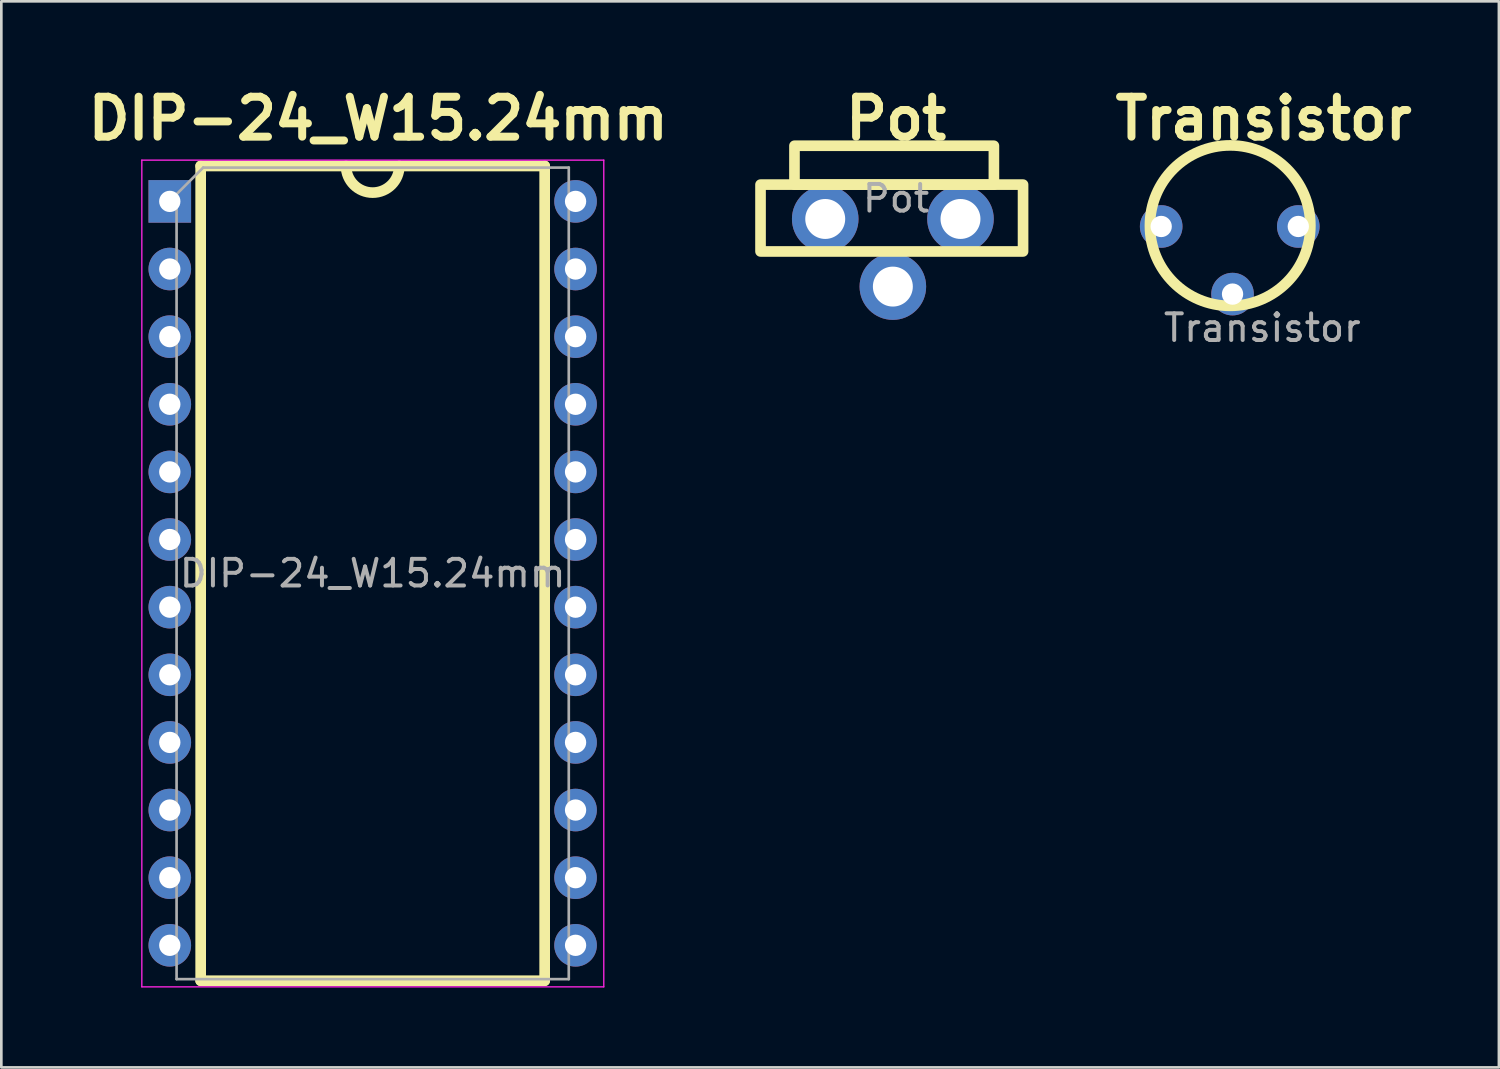
<source format=kicad_pcb>
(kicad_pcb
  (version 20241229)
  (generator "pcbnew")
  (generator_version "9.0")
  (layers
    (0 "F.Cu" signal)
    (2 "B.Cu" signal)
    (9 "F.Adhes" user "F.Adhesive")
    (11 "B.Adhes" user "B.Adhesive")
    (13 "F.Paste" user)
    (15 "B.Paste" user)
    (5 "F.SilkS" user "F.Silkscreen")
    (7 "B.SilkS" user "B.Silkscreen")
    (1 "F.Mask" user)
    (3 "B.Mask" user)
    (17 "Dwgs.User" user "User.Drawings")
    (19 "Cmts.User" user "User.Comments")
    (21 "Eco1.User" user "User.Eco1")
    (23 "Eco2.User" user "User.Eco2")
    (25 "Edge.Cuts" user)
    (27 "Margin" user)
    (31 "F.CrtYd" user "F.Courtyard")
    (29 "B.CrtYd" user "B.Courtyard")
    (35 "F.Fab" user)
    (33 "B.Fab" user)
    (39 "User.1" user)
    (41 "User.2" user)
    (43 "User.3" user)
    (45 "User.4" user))
  (footprint "Transistor"
    (layer "F.Cu")
    (at 43.14 4.964)
    (property "Reference" "Transistor" (at 1.27 -3.56 180) (layer "F.SilkS") (effects (font (size 1.5 1.5) (thickness 0.3) (bold yes))))
    (attr through_hole)
    (fp_circle (center 0.012 0.46) (end 3.025 0.46) (stroke (width 0.4) (type default)) (fill no) (layer "F.SilkS"))
    (fp_text user "${REFERENCE}" (at 1.22 4.3 180) (layer "F.Fab") (effects (font (size 1 1) (thickness 0.15))))
    (pad "1" thru_hole circle (at -2.578 0.492 180) (size 1.6 1.6) (drill 0.8) (layers "*.Cu" "*.Mask"))
    (pad "2" thru_hole circle (at 2.572 0.492 180) (size 1.6 1.6) (drill 0.8) (layers "*.Cu" "*.Mask"))
    (pad "3" thru_hole circle (at 0.102 3.032 180) (size 1.6 1.6) (drill 0.8) (layers "*.Cu" "*.Mask")))
  (footprint "Pot"
    (layer "F.Cu")
    (at 30.604 1.904)
    (property "Reference" "Pot" (at 0 -0.5 0) (unlocked yes) (layer "F.SilkS") (effects (font (size 1.5 1.5) (thickness 0.3) (bold yes))))
    (attr through_hole)
    (fp_rect (start -5.09 1.98) (end 4.77 4.49) (stroke (width 0.4) (type default)) (fill no) (layer "F.SilkS"))
    (fp_rect (start -3.815 0.52) (end 3.675 1.98) (stroke (width 0.4) (type default)) (fill no) (layer "F.SilkS"))
    (fp_text user "${REFERENCE}" (at 0 2.5 0) (unlocked yes) (layer "F.Fab") (effects (font (size 1 1) (thickness 0.15))))
    (pad "1" thru_hole circle (at -2.66 3.27) (size 2.5 2.5) (drill 1.5) (layers "*.Cu" "*.Mask"))
    (pad "2" thru_hole circle (at -0.12 5.81) (size 2.5 2.5) (drill 1.5) (layers "*.Cu" "*.Mask"))
    (pad "3" thru_hole circle (at 2.42 3.27) (size 2.5 2.5) (drill 1.5) (layers "*.Cu" "*.Mask")))
  (footprint "DIP-24_W15.24mm"
    (layer "F.Cu")
    (at 3.327 4.514)
    (property "Reference" "DIP-24_W15.24mm" (at 7.83 -3.11 0) (layer "F.SilkS") (effects (font (size 1.5 1.5) (thickness 0.3) (bold yes))))
    (attr through_hole)
    (fp_line (start 1.16 -1.33) (end 1.16 29.27) (stroke (width 0.4) (type solid)) (layer "F.SilkS"))
    (fp_line (start 1.16 29.27) (end 14.08 29.27) (stroke (width 0.4) (type solid)) (layer "F.SilkS"))
    (fp_line (start 6.62 -1.33) (end 1.16 -1.33) (stroke (width 0.4) (type solid)) (layer "F.SilkS"))
    (fp_line (start 6.62 -1.33) (end 8.62 -1.33) (stroke (width 0.4) (type default)) (layer "F.SilkS"))
    (fp_line (start 14.08 -1.33) (end 8.62 -1.33) (stroke (width 0.4) (type solid)) (layer "F.SilkS"))
    (fp_line (start 14.08 29.27) (end 14.08 -1.33) (stroke (width 0.4) (type solid)) (layer "F.SilkS"))
    (fp_arc (start 8.62 -1.33) (mid 7.62 -0.33) (end 6.62 -1.33) (stroke (width 0.4) (type solid)) (layer "F.SilkS"))
    (fp_line (start -1.05 -1.55) (end -1.05 29.5) (stroke (width 0.05) (type solid)) (layer "F.CrtYd"))
    (fp_line (start -1.05 29.5) (end 16.3 29.5) (stroke (width 0.05) (type solid)) (layer "F.CrtYd"))
    (fp_line (start 16.3 -1.55) (end -1.05 -1.55) (stroke (width 0.05) (type solid)) (layer "F.CrtYd"))
    (fp_line (start 16.3 29.5) (end 16.3 -1.55) (stroke (width 0.05) (type solid)) (layer "F.CrtYd"))
    (fp_line (start 0.255 -0.27) (end 1.255 -1.27) (stroke (width 0.1) (type solid)) (layer "F.Fab"))
    (fp_line (start 0.255 29.21) (end 0.255 -0.27) (stroke (width 0.1) (type solid)) (layer "F.Fab"))
    (fp_line (start 1.255 -1.27) (end 14.985 -1.27) (stroke (width 0.1) (type solid)) (layer "F.Fab"))
    (fp_line (start 14.985 -1.27) (end 14.985 29.21) (stroke (width 0.1) (type solid)) (layer "F.Fab"))
    (fp_line (start 14.985 29.21) (end 0.255 29.21) (stroke (width 0.1) (type solid)) (layer "F.Fab"))
    (fp_text user "${REFERENCE}" (at 7.62 13.97 0) (layer "F.Fab") (effects (font (size 1 1) (thickness 0.15))))
    (pad "1" thru_hole rect (at 0 0) (size 1.6 1.6) (drill 0.8) (layers "*.Cu" "*.Mask"))
    (pad "2" thru_hole oval (at 0 2.54) (size 1.6 1.6) (drill 0.8) (layers "*.Cu" "*.Mask"))
    (pad "3" thru_hole oval (at 0 5.08) (size 1.6 1.6) (drill 0.8) (layers "*.Cu" "*.Mask"))
    (pad "4" thru_hole oval (at 0 7.62) (size 1.6 1.6) (drill 0.8) (layers "*.Cu" "*.Mask"))
    (pad "5" thru_hole oval (at 0 10.16) (size 1.6 1.6) (drill 0.8) (layers "*.Cu" "*.Mask"))
    (pad "6" thru_hole oval (at 0 12.7) (size 1.6 1.6) (drill 0.8) (layers "*.Cu" "*.Mask"))
    (pad "7" thru_hole oval (at 0 15.24) (size 1.6 1.6) (drill 0.8) (layers "*.Cu" "*.Mask"))
    (pad "8" thru_hole oval (at 0 17.78) (size 1.6 1.6) (drill 0.8) (layers "*.Cu" "*.Mask"))
    (pad "9" thru_hole oval (at 0 20.32) (size 1.6 1.6) (drill 0.8) (layers "*.Cu" "*.Mask"))
    (pad "10" thru_hole oval (at 0 22.86) (size 1.6 1.6) (drill 0.8) (layers "*.Cu" "*.Mask"))
    (pad "11" thru_hole oval (at 0 25.4) (size 1.6 1.6) (drill 0.8) (layers "*.Cu" "*.Mask"))
    (pad "12" thru_hole oval (at 0 27.94) (size 1.6 1.6) (drill 0.8) (layers "*.Cu" "*.Mask"))
    (pad "13" thru_hole oval (at 15.24 27.94) (size 1.6 1.6) (drill 0.8) (layers "*.Cu" "*.Mask"))
    (pad "14" thru_hole oval (at 15.24 25.4) (size 1.6 1.6) (drill 0.8) (layers "*.Cu" "*.Mask"))
    (pad "15" thru_hole oval (at 15.24 22.86) (size 1.6 1.6) (drill 0.8) (layers "*.Cu" "*.Mask"))
    (pad "16" thru_hole oval (at 15.24 20.32) (size 1.6 1.6) (drill 0.8) (layers "*.Cu" "*.Mask"))
    (pad "17" thru_hole oval (at 15.24 17.78) (size 1.6 1.6) (drill 0.8) (layers "*.Cu" "*.Mask"))
    (pad "18" thru_hole oval (at 15.24 15.24) (size 1.6 1.6) (drill 0.8) (layers "*.Cu" "*.Mask"))
    (pad "19" thru_hole oval (at 15.24 12.7) (size 1.6 1.6) (drill 0.8) (layers "*.Cu" "*.Mask"))
    (pad "20" thru_hole oval (at 15.24 10.16) (size 1.6 1.6) (drill 0.8) (layers "*.Cu" "*.Mask"))
    (pad "21" thru_hole oval (at 15.24 7.62) (size 1.6 1.6) (drill 0.8) (layers "*.Cu" "*.Mask"))
    (pad "22" thru_hole oval (at 15.24 5.08) (size 1.6 1.6) (drill 0.8) (layers "*.Cu" "*.Mask"))
    (pad "23" thru_hole oval (at 15.24 2.54) (size 1.6 1.6) (drill 0.8) (layers "*.Cu" "*.Mask"))
    (pad "24" thru_hole oval (at 15.24 0) (size 1.6 1.6) (drill 0.8) (layers "*.Cu" "*.Mask")))
  (gr_rect
    (start -3 -3)
    (end 53.246 37.039)
    (stroke (width 0.1) (type default))
    (fill no)
    (layer "Edge.Cuts")))
</source>
